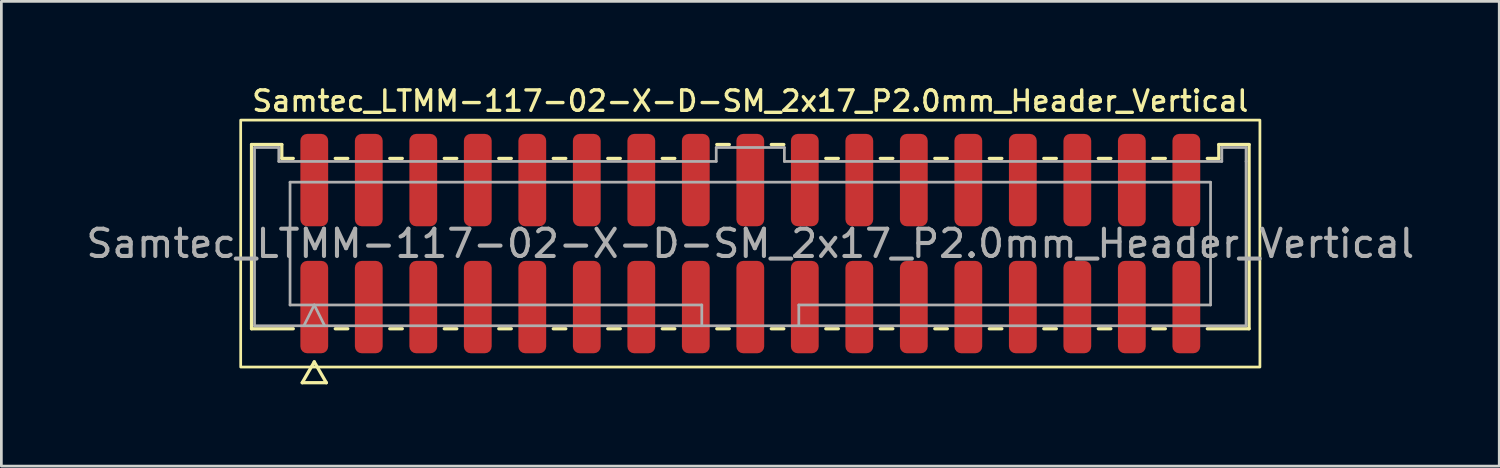
<source format=kicad_pcb>
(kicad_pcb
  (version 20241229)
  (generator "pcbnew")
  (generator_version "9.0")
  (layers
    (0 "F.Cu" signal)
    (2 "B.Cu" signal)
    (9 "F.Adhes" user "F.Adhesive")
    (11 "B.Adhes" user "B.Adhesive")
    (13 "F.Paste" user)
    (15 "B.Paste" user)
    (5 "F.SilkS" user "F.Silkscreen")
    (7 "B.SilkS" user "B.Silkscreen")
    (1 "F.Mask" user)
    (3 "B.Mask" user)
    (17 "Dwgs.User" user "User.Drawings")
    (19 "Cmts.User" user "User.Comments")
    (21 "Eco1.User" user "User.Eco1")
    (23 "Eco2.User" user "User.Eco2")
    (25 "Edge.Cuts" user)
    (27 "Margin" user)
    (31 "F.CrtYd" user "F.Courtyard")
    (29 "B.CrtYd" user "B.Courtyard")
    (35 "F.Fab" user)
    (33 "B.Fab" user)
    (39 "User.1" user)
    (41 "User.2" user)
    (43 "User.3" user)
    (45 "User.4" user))
  (footprint "Samtec_LTMM-117-02-X-D-SM_2x17_P2.0mm_Header_Vertical"
    (layer "F.Cu")
    (at 24.482 5.888)
    (property "Reference" "Samtec_LTMM-117-02-X-D-SM_2x17_P2.0mm_Header_Vertical" (at 0 -5.23 0) (layer "F.SilkS") (effects (font (size 0.75 0.75) (thickness 0.125))))
    (attr smd)
    (fp_line (start -18.302 -3.635) (end -17.192 -3.635) (stroke (width 0.12) (type solid)) (layer "F.SilkS"))
    (fp_line (start -18.302 3.125) (end -18.302 -3.635) (stroke (width 0.12) (type solid)) (layer "F.SilkS"))
    (fp_line (start -17.192 -3.635) (end -17.192 -3.125) (stroke (width 0.12) (type solid)) (layer "F.SilkS"))
    (fp_line (start -17.192 -3.125) (end -16.77 -3.125) (stroke (width 0.12) (type solid)) (layer "F.SilkS"))
    (fp_line (start -16.77 3.125) (end -18.302 3.125) (stroke (width 0.12) (type solid)) (layer "F.SilkS"))
    (fp_line (start -16.442 5.105) (end -16 4.34) (stroke (width 0.12) (type solid)) (layer "F.SilkS"))
    (fp_line (start -16 4.34) (end -15.558 5.105) (stroke (width 0.12) (type solid)) (layer "F.SilkS"))
    (fp_line (start -15.558 5.105) (end -16.442 5.105) (stroke (width 0.12) (type solid)) (layer "F.SilkS"))
    (fp_line (start -15.23 -3.125) (end -14.77 -3.125) (stroke (width 0.12) (type solid)) (layer "F.SilkS"))
    (fp_line (start -14.77 3.125) (end -15.23 3.125) (stroke (width 0.12) (type solid)) (layer "F.SilkS"))
    (fp_line (start -13.23 -3.125) (end -12.77 -3.125) (stroke (width 0.12) (type solid)) (layer "F.SilkS"))
    (fp_line (start -12.77 3.125) (end -13.23 3.125) (stroke (width 0.12) (type solid)) (layer "F.SilkS"))
    (fp_line (start -11.23 -3.125) (end -10.77 -3.125) (stroke (width 0.12) (type solid)) (layer "F.SilkS"))
    (fp_line (start -10.77 3.125) (end -11.23 3.125) (stroke (width 0.12) (type solid)) (layer "F.SilkS"))
    (fp_line (start -9.23 -3.125) (end -8.77 -3.125) (stroke (width 0.12) (type solid)) (layer "F.SilkS"))
    (fp_line (start -8.77 3.125) (end -9.23 3.125) (stroke (width 0.12) (type solid)) (layer "F.SilkS"))
    (fp_line (start -7.23 -3.125) (end -6.77 -3.125) (stroke (width 0.12) (type solid)) (layer "F.SilkS"))
    (fp_line (start -6.77 3.125) (end -7.23 3.125) (stroke (width 0.12) (type solid)) (layer "F.SilkS"))
    (fp_line (start -5.23 -3.125) (end -4.77 -3.125) (stroke (width 0.12) (type solid)) (layer "F.SilkS"))
    (fp_line (start -4.77 3.125) (end -5.23 3.125) (stroke (width 0.12) (type solid)) (layer "F.SilkS"))
    (fp_line (start -3.23 -3.125) (end -2.77 -3.125) (stroke (width 0.12) (type solid)) (layer "F.SilkS"))
    (fp_line (start -2.77 3.125) (end -3.23 3.125) (stroke (width 0.12) (type solid)) (layer "F.SilkS"))
    (fp_line (start -1.23 -3.635) (end -0.77 -3.635) (stroke (width 0.12) (type solid)) (layer "F.SilkS"))
    (fp_line (start -0.77 3.125) (end -1.23 3.125) (stroke (width 0.12) (type solid)) (layer "F.SilkS"))
    (fp_line (start 0.77 -3.635) (end 1.23 -3.635) (stroke (width 0.12) (type solid)) (layer "F.SilkS"))
    (fp_line (start 1.23 3.125) (end 0.77 3.125) (stroke (width 0.12) (type solid)) (layer "F.SilkS"))
    (fp_line (start 2.77 -3.125) (end 3.23 -3.125) (stroke (width 0.12) (type solid)) (layer "F.SilkS"))
    (fp_line (start 3.23 3.125) (end 2.77 3.125) (stroke (width 0.12) (type solid)) (layer "F.SilkS"))
    (fp_line (start 4.77 -3.125) (end 5.23 -3.125) (stroke (width 0.12) (type solid)) (layer "F.SilkS"))
    (fp_line (start 5.23 3.125) (end 4.77 3.125) (stroke (width 0.12) (type solid)) (layer "F.SilkS"))
    (fp_line (start 6.77 -3.125) (end 7.23 -3.125) (stroke (width 0.12) (type solid)) (layer "F.SilkS"))
    (fp_line (start 7.23 3.125) (end 6.77 3.125) (stroke (width 0.12) (type solid)) (layer "F.SilkS"))
    (fp_line (start 8.77 -3.125) (end 9.23 -3.125) (stroke (width 0.12) (type solid)) (layer "F.SilkS"))
    (fp_line (start 9.23 3.125) (end 8.77 3.125) (stroke (width 0.12) (type solid)) (layer "F.SilkS"))
    (fp_line (start 10.77 -3.125) (end 11.23 -3.125) (stroke (width 0.12) (type solid)) (layer "F.SilkS"))
    (fp_line (start 11.23 3.125) (end 10.77 3.125) (stroke (width 0.12) (type solid)) (layer "F.SilkS"))
    (fp_line (start 12.77 -3.125) (end 13.23 -3.125) (stroke (width 0.12) (type solid)) (layer "F.SilkS"))
    (fp_line (start 13.23 3.125) (end 12.77 3.125) (stroke (width 0.12) (type solid)) (layer "F.SilkS"))
    (fp_line (start 14.77 -3.125) (end 15.23 -3.125) (stroke (width 0.12) (type solid)) (layer "F.SilkS"))
    (fp_line (start 15.23 3.125) (end 14.77 3.125) (stroke (width 0.12) (type solid)) (layer "F.SilkS"))
    (fp_line (start 16.77 -3.125) (end 17.192 -3.125) (stroke (width 0.12) (type solid)) (layer "F.SilkS"))
    (fp_line (start 17.192 -3.635) (end 18.302 -3.635) (stroke (width 0.12) (type solid)) (layer "F.SilkS"))
    (fp_line (start 17.192 -3.125) (end 17.192 -3.635) (stroke (width 0.12) (type solid)) (layer "F.SilkS"))
    (fp_line (start 18.302 -3.635) (end 18.302 3.125) (stroke (width 0.12) (type solid)) (layer "F.SilkS"))
    (fp_line (start 18.302 3.125) (end 16.77 3.125) (stroke (width 0.12) (type solid)) (layer "F.SilkS"))
    (fp_rect (start -18.7 -4.53) (end 18.7 4.53) (stroke (width 0.1) (type solid)) (fill no) (layer "F.SilkS"))
    (fp_line (start -18.192 -3.525) (end -17.302 -3.525) (stroke (width 0.1) (type solid)) (layer "F.Fab"))
    (fp_line (start -18.192 3.015) (end -18.192 -3.525) (stroke (width 0.1) (type solid)) (layer "F.Fab"))
    (fp_line (start -17.302 -3.525) (end -17.302 -3.015) (stroke (width 0.1) (type solid)) (layer "F.Fab"))
    (fp_line (start -17.302 -3.015) (end -1.25 -3.015) (stroke (width 0.1) (type solid)) (layer "F.Fab"))
    (fp_line (start -16.889 -2.253) (end 16.889 -2.253) (stroke (width 0.1) (type solid)) (layer "F.Fab"))
    (fp_line (start -16.889 2.253) (end -16.889 -2.253) (stroke (width 0.1) (type solid)) (layer "F.Fab"))
    (fp_line (start -16.381 3.015) (end -16 2.253) (stroke (width 0.1) (type solid)) (layer "F.Fab"))
    (fp_line (start -16 2.253) (end -15.619 3.015) (stroke (width 0.1) (type solid)) (layer "F.Fab"))
    (fp_line (start -1.78 2.253) (end -16.889 2.253) (stroke (width 0.1) (type solid)) (layer "F.Fab"))
    (fp_line (start -1.78 3.015) (end -1.78 2.253) (stroke (width 0.1) (type solid)) (layer "F.Fab"))
    (fp_line (start -1.25 -3.525) (end 1.25 -3.525) (stroke (width 0.1) (type solid)) (layer "F.Fab"))
    (fp_line (start -1.25 -3.015) (end -1.25 -3.525) (stroke (width 0.1) (type solid)) (layer "F.Fab"))
    (fp_line (start 1.25 -3.525) (end 1.25 -3.015) (stroke (width 0.1) (type solid)) (layer "F.Fab"))
    (fp_line (start 1.25 -3.015) (end 17.302 -3.015) (stroke (width 0.1) (type solid)) (layer "F.Fab"))
    (fp_line (start 1.78 2.253) (end 1.78 3.015) (stroke (width 0.1) (type solid)) (layer "F.Fab"))
    (fp_line (start 16.889 -2.253) (end 16.889 2.253) (stroke (width 0.1) (type solid)) (layer "F.Fab"))
    (fp_line (start 16.889 2.253) (end 1.78 2.253) (stroke (width 0.1) (type solid)) (layer "F.Fab"))
    (fp_line (start 17.302 -3.525) (end 18.192 -3.525) (stroke (width 0.1) (type solid)) (layer "F.Fab"))
    (fp_line (start 17.302 -3.015) (end 17.302 -3.525) (stroke (width 0.1) (type solid)) (layer "F.Fab"))
    (fp_line (start 18.192 -3.525) (end 18.192 -3.015) (stroke (width 0.1) (type solid)) (layer "F.Fab"))
    (fp_line (start 18.192 -3.015) (end 18.192 3.015) (stroke (width 0.1) (type solid)) (layer "F.Fab"))
    (fp_line (start 18.192 3.015) (end -18.192 3.015) (stroke (width 0.1) (type solid)) (layer "F.Fab"))
    (fp_text user "${REFERENCE}" (at 0 0 0) (layer "F.Fab") (effects (font (size 1 1) (thickness 0.15))))
    (pad "1" smd roundrect (at -16 2.33) (size 1.02 3.39) (layers "F.Cu" "F.Mask" "F.Paste") (roundrect_rratio 0.245))
    (pad "2" smd roundrect (at -16 -2.33) (size 1.02 3.39) (layers "F.Cu" "F.Mask" "F.Paste") (roundrect_rratio 0.245))
    (pad "3" smd roundrect (at -14 2.33) (size 1.02 3.39) (layers "F.Cu" "F.Mask" "F.Paste") (roundrect_rratio 0.245))
    (pad "4" smd roundrect (at -14 -2.33) (size 1.02 3.39) (layers "F.Cu" "F.Mask" "F.Paste") (roundrect_rratio 0.245))
    (pad "5" smd roundrect (at -12 2.33) (size 1.02 3.39) (layers "F.Cu" "F.Mask" "F.Paste") (roundrect_rratio 0.245))
    (pad "6" smd roundrect (at -12 -2.33) (size 1.02 3.39) (layers "F.Cu" "F.Mask" "F.Paste") (roundrect_rratio 0.245))
    (pad "7" smd roundrect (at -10 2.33) (size 1.02 3.39) (layers "F.Cu" "F.Mask" "F.Paste") (roundrect_rratio 0.245))
    (pad "8" smd roundrect (at -10 -2.33) (size 1.02 3.39) (layers "F.Cu" "F.Mask" "F.Paste") (roundrect_rratio 0.245))
    (pad "9" smd roundrect (at -8 2.33) (size 1.02 3.39) (layers "F.Cu" "F.Mask" "F.Paste") (roundrect_rratio 0.245))
    (pad "10" smd roundrect (at -8 -2.33) (size 1.02 3.39) (layers "F.Cu" "F.Mask" "F.Paste") (roundrect_rratio 0.245))
    (pad "11" smd roundrect (at -6 2.33) (size 1.02 3.39) (layers "F.Cu" "F.Mask" "F.Paste") (roundrect_rratio 0.245))
    (pad "12" smd roundrect (at -6 -2.33) (size 1.02 3.39) (layers "F.Cu" "F.Mask" "F.Paste") (roundrect_rratio 0.245))
    (pad "13" smd roundrect (at -4 2.33) (size 1.02 3.39) (layers "F.Cu" "F.Mask" "F.Paste") (roundrect_rratio 0.245))
    (pad "14" smd roundrect (at -4 -2.33) (size 1.02 3.39) (layers "F.Cu" "F.Mask" "F.Paste") (roundrect_rratio 0.245))
    (pad "15" smd roundrect (at -2 2.33) (size 1.02 3.39) (layers "F.Cu" "F.Mask" "F.Paste") (roundrect_rratio 0.245))
    (pad "16" smd roundrect (at -2 -2.33) (size 1.02 3.39) (layers "F.Cu" "F.Mask" "F.Paste") (roundrect_rratio 0.245))
    (pad "17" smd roundrect (at 0 2.33) (size 1.02 3.39) (layers "F.Cu" "F.Mask" "F.Paste") (roundrect_rratio 0.245))
    (pad "18" smd roundrect (at 0 -2.33) (size 1.02 3.39) (layers "F.Cu" "F.Mask" "F.Paste") (roundrect_rratio 0.245))
    (pad "19" smd roundrect (at 2 2.33) (size 1.02 3.39) (layers "F.Cu" "F.Mask" "F.Paste") (roundrect_rratio 0.245))
    (pad "20" smd roundrect (at 2 -2.33) (size 1.02 3.39) (layers "F.Cu" "F.Mask" "F.Paste") (roundrect_rratio 0.245))
    (pad "21" smd roundrect (at 4 2.33) (size 1.02 3.39) (layers "F.Cu" "F.Mask" "F.Paste") (roundrect_rratio 0.245))
    (pad "22" smd roundrect (at 4 -2.33) (size 1.02 3.39) (layers "F.Cu" "F.Mask" "F.Paste") (roundrect_rratio 0.245))
    (pad "23" smd roundrect (at 6 2.33) (size 1.02 3.39) (layers "F.Cu" "F.Mask" "F.Paste") (roundrect_rratio 0.245))
    (pad "24" smd roundrect (at 6 -2.33) (size 1.02 3.39) (layers "F.Cu" "F.Mask" "F.Paste") (roundrect_rratio 0.245))
    (pad "25" smd roundrect (at 8 2.33) (size 1.02 3.39) (layers "F.Cu" "F.Mask" "F.Paste") (roundrect_rratio 0.245))
    (pad "26" smd roundrect (at 8 -2.33) (size 1.02 3.39) (layers "F.Cu" "F.Mask" "F.Paste") (roundrect_rratio 0.245))
    (pad "27" smd roundrect (at 10 2.33) (size 1.02 3.39) (layers "F.Cu" "F.Mask" "F.Paste") (roundrect_rratio 0.245))
    (pad "28" smd roundrect (at 10 -2.33) (size 1.02 3.39) (layers "F.Cu" "F.Mask" "F.Paste") (roundrect_rratio 0.245))
    (pad "29" smd roundrect (at 12 2.33) (size 1.02 3.39) (layers "F.Cu" "F.Mask" "F.Paste") (roundrect_rratio 0.245))
    (pad "30" smd roundrect (at 12 -2.33) (size 1.02 3.39) (layers "F.Cu" "F.Mask" "F.Paste") (roundrect_rratio 0.245))
    (pad "31" smd roundrect (at 14 2.33) (size 1.02 3.39) (layers "F.Cu" "F.Mask" "F.Paste") (roundrect_rratio 0.245))
    (pad "32" smd roundrect (at 14 -2.33) (size 1.02 3.39) (layers "F.Cu" "F.Mask" "F.Paste") (roundrect_rratio 0.245))
    (pad "33" smd roundrect (at 16 2.33) (size 1.02 3.39) (layers "F.Cu" "F.Mask" "F.Paste") (roundrect_rratio 0.245))
    (pad "34" smd roundrect (at 16 -2.33) (size 1.02 3.39) (layers "F.Cu" "F.Mask" "F.Paste") (roundrect_rratio 0.245)))
  (gr_rect
    (start -3 -3)
    (end 51.964 14.053)
    (stroke (width 0.1) (type default))
    (fill no)
    (layer "Edge.Cuts")))
</source>
